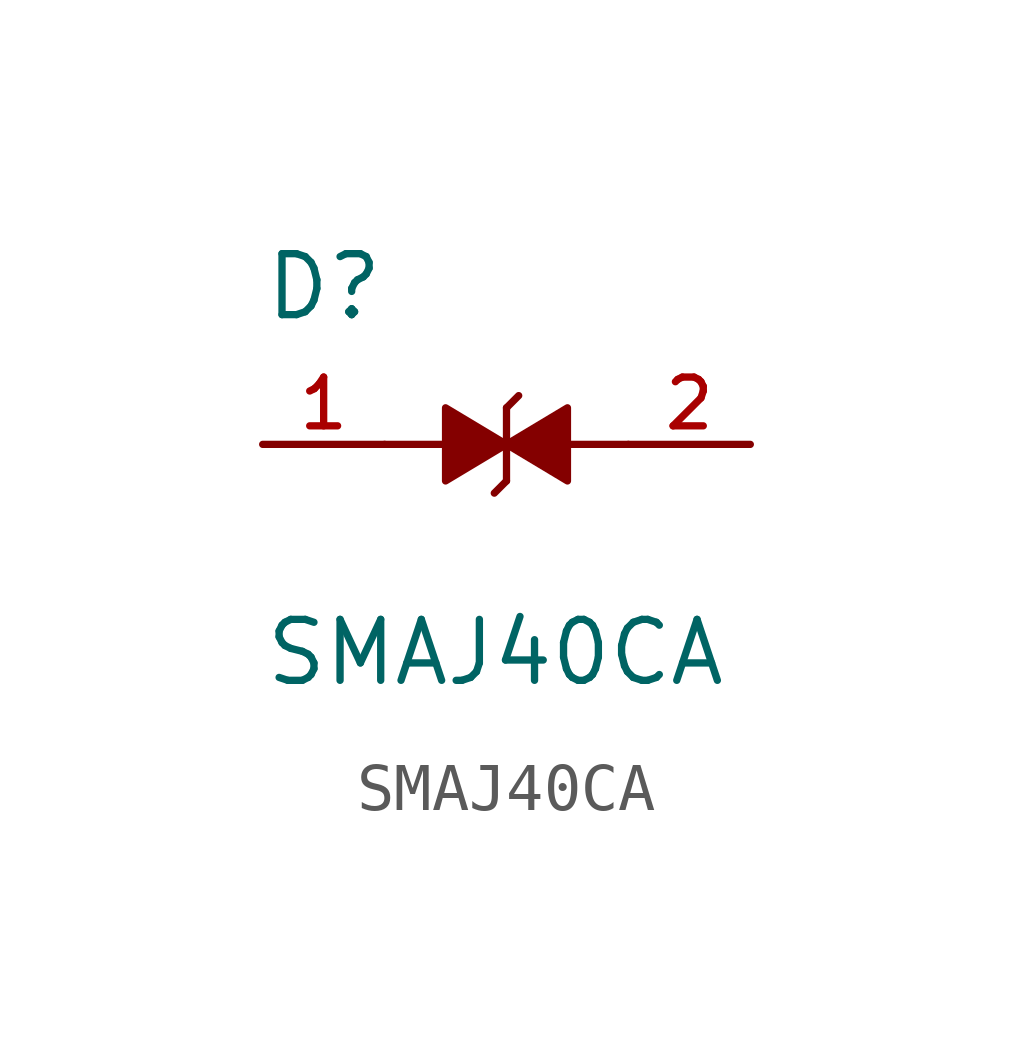
<source format=kicad_sym>
(kicad_symbol_lib
  (version 20220914)
  (generator kicad_symbol_editor)
  (symbol "SMAJ40CA"
    (pin_names
      (offset 1.016))
    (property "Reference" "D"
      (at -5.08 2.54 0)
      (effects (font (size 1.27 1.27)) (justify left bottom)))
    (property "Value" "SMAJ40CA"
      (at -5.08 -5.08 0)
      (effects (font (size 1.27 1.27)) (justify left bottom)))
    (symbol "SMAJ40CA_0_0"
      (polyline (pts (xy -1.27 0) (xy -2.54 0)) (stroke (width 0.152) (type default)) (fill (type none)))
      (polyline (pts (xy 0 -0.762) (xy -0.254 -1.016)) (stroke (width 0.152) (type default)) (fill (type none)))
      (polyline (pts (xy 0 -0.762) (xy 0 0.762)) (stroke (width 0.152) (type default)) (fill (type none)))
      (polyline (pts (xy 0 0.762) (xy 0.254 1.016)) (stroke (width 0.152) (type default)) (fill (type none)))
      (polyline (pts (xy 1.27 0) (xy 2.54 0)) (stroke (width 0.152) (type default)) (fill (type none)))
      (polyline (pts (xy 0 0) (xy -1.27 -0.762) (xy -1.27 0.762) (xy 0 0)) (stroke (width 0.152) (type default)) (fill (type outline)))
      (polyline (pts (xy 0 0) (xy 1.27 0.762) (xy 1.27 -0.762) (xy 0 0)) (stroke (width 0.152) (type default)) (fill (type outline)))
      (pin passive line (at -5.08 0 0) (length 2.54) (name "~" (effects (font (size 1.016 1.016)))) (number "1" (effects (font (size 1.016 1.016)))))
      (pin passive line (at 5.08 0 180) (length 2.54) (name "~" (effects (font (size 1.016 1.016)))) (number "2" (effects (font (size 1.016 1.016))))))))
</source>
